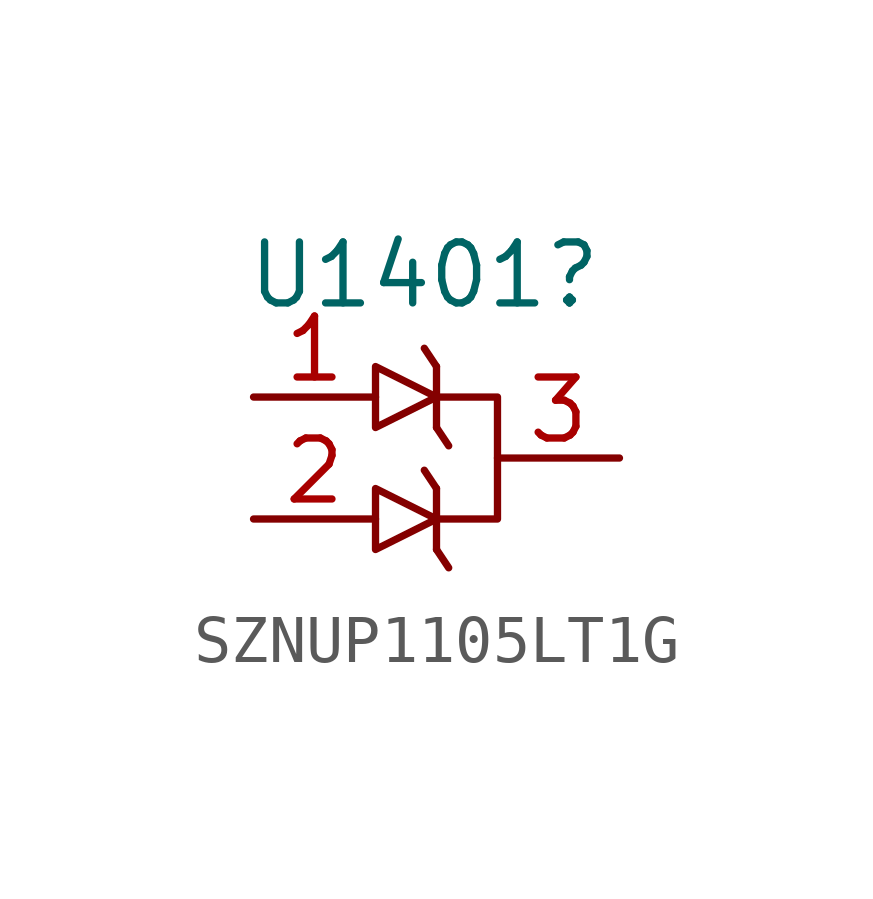
<source format=kicad_sym>
(kicad_symbol_lib
  (version 20241209)
  (generator "kicad_symbol_editor")
  (generator_version "9.0")
  (symbol "SZNUP1105LT1G"
    (pin_names
      (hide yes))
    (property "Reference" "U1401"
      (at 1.016 3.81 0)
      (effects (font (size 1.27 1.27))))
    (property "cap-type" ""
      (at 0 0 0)
      (effects (font (size 1.27 1.27))))
    (property "r-power" ""
      (at 0 0 0)
      (effects (font (size 1.27 1.27))))
    (symbol "SZNUP1105LT1G_0_1"
      (polyline (pts (xy 0 0.635) (xy 0 1.905) (xy 1.27 1.27) (xy 0 0.635)) (stroke (width 0) (type default)) (fill (type none)))
      (polyline (pts (xy 0 -1.905) (xy 0 -0.635) (xy 1.27 -1.27) (xy 0 -1.905)) (stroke (width 0) (type default)) (fill (type none)))
      (polyline (pts (xy 1.27 1.905) (xy 1.016 2.286)) (stroke (width 0) (type default)) (fill (type none)))
      (polyline (pts (xy 1.27 1.27) (xy 2.54 1.27) (xy 2.54 -1.27) (xy 1.27 -1.27)) (stroke (width 0) (type default)) (fill (type none)))
      (polyline (pts (xy 1.27 0.635) (xy 1.27 1.905)) (stroke (width 0) (type default)) (fill (type none)))
      (polyline (pts (xy 1.27 0.635) (xy 1.524 0.254)) (stroke (width 0) (type default)) (fill (type none)))
      (polyline (pts (xy 1.27 -0.635) (xy 1.016 -0.254)) (stroke (width 0) (type default)) (fill (type none)))
      (polyline (pts (xy 1.27 -1.905) (xy 1.27 -0.635)) (stroke (width 0) (type default)) (fill (type none)))
      (polyline (pts (xy 1.27 -1.905) (xy 1.524 -2.286)) (stroke (width 0) (type default)) (fill (type none))))
    (symbol "SZNUP1105LT1G_1_1"
      (pin input line (at -2.54 1.27 0) (length 2.54) (name "" (effects (font (size 1.27 1.27)))) (number "1" (effects (font (size 1.27 1.27)))))
      (pin input line (at -2.54 -1.27 0) (length 2.54) (name "" (effects (font (size 1.27 1.27)))) (number "2" (effects (font (size 1.27 1.27)))))
      (pin input line (at 5.08 0 180) (length 2.54) (name "" (effects (font (size 1.27 1.27)))) (number "3" (effects (font (size 1.27 1.27))))))))
</source>
